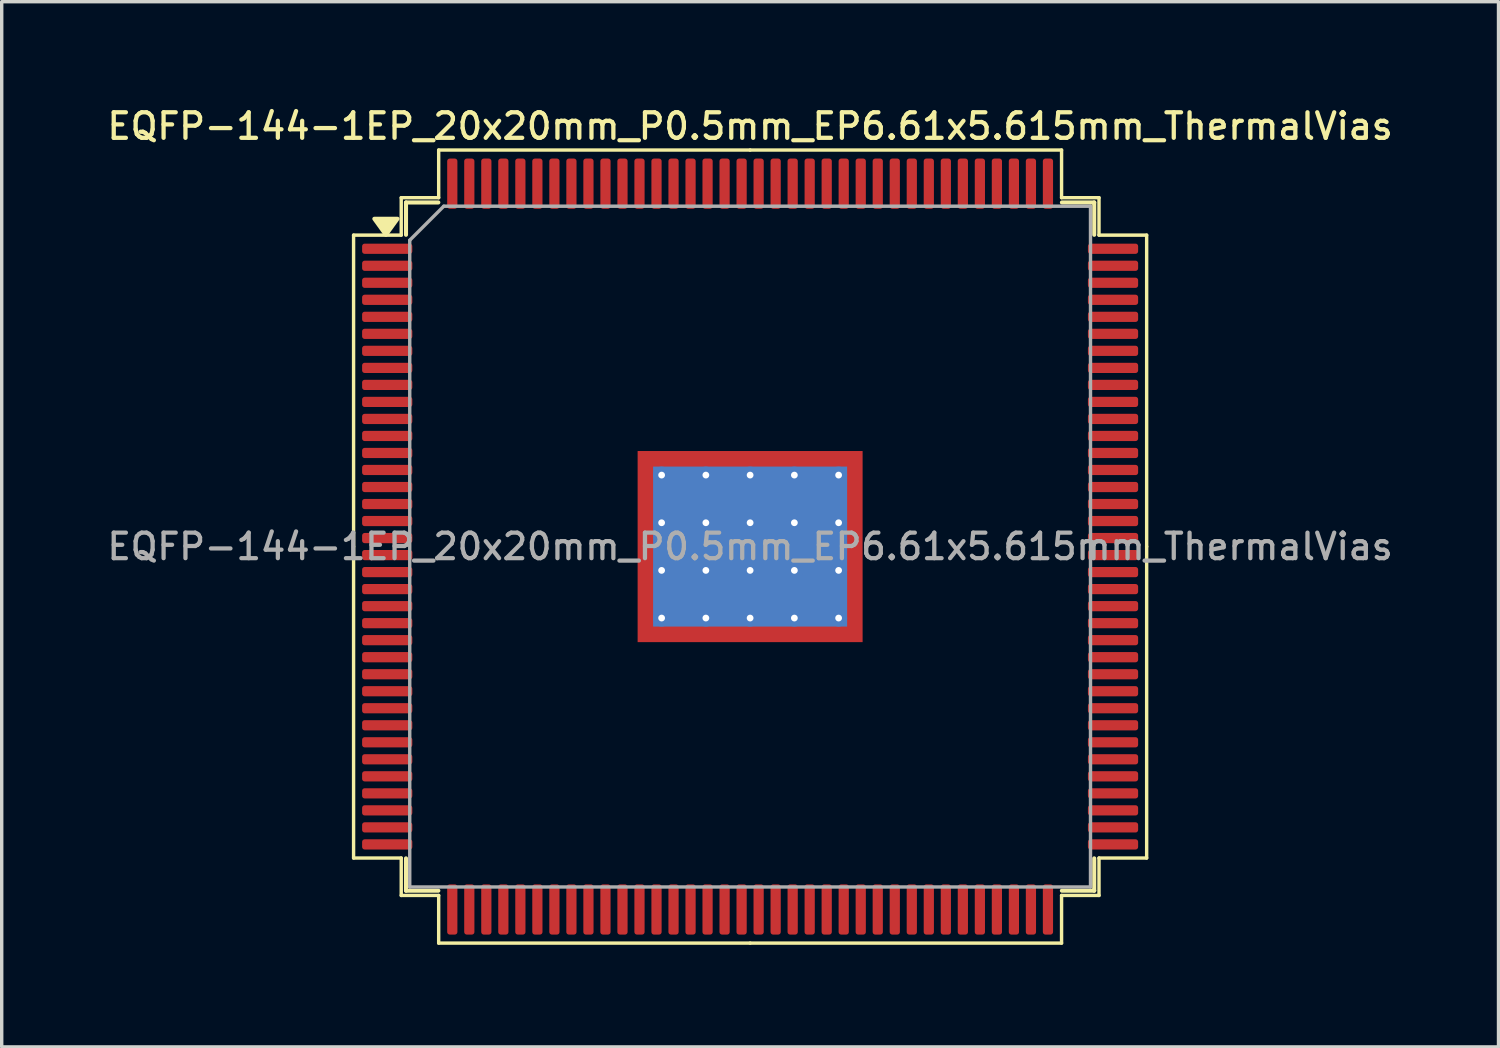
<source format=kicad_pcb>
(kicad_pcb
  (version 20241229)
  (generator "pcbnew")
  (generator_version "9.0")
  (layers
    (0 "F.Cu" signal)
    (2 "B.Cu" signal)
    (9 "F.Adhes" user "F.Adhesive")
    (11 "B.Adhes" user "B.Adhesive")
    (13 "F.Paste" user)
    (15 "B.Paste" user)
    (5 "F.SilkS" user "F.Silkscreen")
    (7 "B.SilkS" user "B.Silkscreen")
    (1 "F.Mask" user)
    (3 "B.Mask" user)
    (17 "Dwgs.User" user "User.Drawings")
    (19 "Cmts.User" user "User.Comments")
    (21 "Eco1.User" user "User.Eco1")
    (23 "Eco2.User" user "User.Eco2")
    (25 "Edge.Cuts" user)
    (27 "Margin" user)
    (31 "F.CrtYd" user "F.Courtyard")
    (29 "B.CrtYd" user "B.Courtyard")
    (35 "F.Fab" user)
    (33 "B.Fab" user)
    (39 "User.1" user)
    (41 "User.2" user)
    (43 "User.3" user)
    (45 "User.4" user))
  (footprint "EQFP-144-1EP_20x20mm_P0.5mm_EP6.61x5.615mm_ThermalVias"
    (layer "F.Cu")
    (at 18.988 13.008)
    (property "Reference" "EQFP-144-1EP_20x20mm_P0.5mm_EP6.61x5.615mm_ThermalVias" (at 0 -12.35 0) (layer "F.SilkS") (effects (font (size 0.75 0.75) (thickness 0.125))))
    (attr smd)
    (fp_line (start -11.65 -9.15) (end -11.65 0) (stroke (width 0.1) (type solid)) (layer "F.SilkS"))
    (fp_line (start -11.65 9.15) (end -11.65 0) (stroke (width 0.1) (type solid)) (layer "F.SilkS"))
    (fp_line (start -10.25 -10.25) (end -10.25 -9.15) (stroke (width 0.1) (type solid)) (layer "F.SilkS"))
    (fp_line (start -10.25 -9.15) (end -11.65 -9.15) (stroke (width 0.1) (type solid)) (layer "F.SilkS"))
    (fp_line (start -10.25 9.15) (end -11.65 9.15) (stroke (width 0.1) (type solid)) (layer "F.SilkS"))
    (fp_line (start -10.25 10.25) (end -10.25 9.15) (stroke (width 0.1) (type solid)) (layer "F.SilkS"))
    (fp_line (start -10.11 -10.11) (end -10.11 -9.16) (stroke (width 0.12) (type solid)) (layer "F.SilkS"))
    (fp_line (start -10.11 10.11) (end -10.11 9.16) (stroke (width 0.12) (type solid)) (layer "F.SilkS"))
    (fp_line (start -9.16 -10.11) (end -10.11 -10.11) (stroke (width 0.12) (type solid)) (layer "F.SilkS"))
    (fp_line (start -9.16 10.11) (end -10.11 10.11) (stroke (width 0.12) (type solid)) (layer "F.SilkS"))
    (fp_line (start -9.15 -11.65) (end -9.15 -10.25) (stroke (width 0.1) (type solid)) (layer "F.SilkS"))
    (fp_line (start -9.15 -10.25) (end -10.25 -10.25) (stroke (width 0.1) (type solid)) (layer "F.SilkS"))
    (fp_line (start -9.15 10.25) (end -10.25 10.25) (stroke (width 0.1) (type solid)) (layer "F.SilkS"))
    (fp_line (start -9.15 11.65) (end -9.15 10.25) (stroke (width 0.1) (type solid)) (layer "F.SilkS"))
    (fp_line (start 0 -11.65) (end -9.15 -11.65) (stroke (width 0.1) (type solid)) (layer "F.SilkS"))
    (fp_line (start 0 -11.65) (end 9.15 -11.65) (stroke (width 0.1) (type solid)) (layer "F.SilkS"))
    (fp_line (start 0 11.65) (end -9.15 11.65) (stroke (width 0.1) (type solid)) (layer "F.SilkS"))
    (fp_line (start 0 11.65) (end 9.15 11.65) (stroke (width 0.1) (type solid)) (layer "F.SilkS"))
    (fp_line (start 9.15 -11.65) (end 9.15 -10.25) (stroke (width 0.1) (type solid)) (layer "F.SilkS"))
    (fp_line (start 9.15 -10.25) (end 10.25 -10.25) (stroke (width 0.1) (type solid)) (layer "F.SilkS"))
    (fp_line (start 9.15 10.25) (end 10.25 10.25) (stroke (width 0.1) (type solid)) (layer "F.SilkS"))
    (fp_line (start 9.15 11.65) (end 9.15 10.25) (stroke (width 0.1) (type solid)) (layer "F.SilkS"))
    (fp_line (start 9.16 -10.11) (end 10.11 -10.11) (stroke (width 0.12) (type solid)) (layer "F.SilkS"))
    (fp_line (start 9.16 10.11) (end 10.11 10.11) (stroke (width 0.12) (type solid)) (layer "F.SilkS"))
    (fp_line (start 10.11 -10.11) (end 10.11 -9.16) (stroke (width 0.12) (type solid)) (layer "F.SilkS"))
    (fp_line (start 10.11 10.11) (end 10.11 9.16) (stroke (width 0.12) (type solid)) (layer "F.SilkS"))
    (fp_line (start 10.25 -10.25) (end 10.25 -9.15) (stroke (width 0.1) (type solid)) (layer "F.SilkS"))
    (fp_line (start 10.25 -9.15) (end 11.65 -9.15) (stroke (width 0.1) (type solid)) (layer "F.SilkS"))
    (fp_line (start 10.25 9.15) (end 11.65 9.15) (stroke (width 0.1) (type solid)) (layer "F.SilkS"))
    (fp_line (start 10.25 10.25) (end 10.25 9.15) (stroke (width 0.1) (type solid)) (layer "F.SilkS"))
    (fp_line (start 11.65 -9.15) (end 11.65 0) (stroke (width 0.1) (type solid)) (layer "F.SilkS"))
    (fp_line (start 11.65 9.15) (end 11.65 0) (stroke (width 0.1) (type solid)) (layer "F.SilkS"))
    (fp_poly (pts (xy -10.7 -9.16) (xy -11.04 -9.63) (xy -10.36 -9.63) (xy -10.7 -9.16)) (stroke (width 0.12) (type solid)) (fill yes) (layer "F.SilkS"))
    (fp_line (start -10 -9) (end -9 -10) (stroke (width 0.1) (type solid)) (layer "F.Fab"))
    (fp_line (start -10 10) (end -10 -9) (stroke (width 0.1) (type solid)) (layer "F.Fab"))
    (fp_line (start -9 -10) (end 10 -10) (stroke (width 0.1) (type solid)) (layer "F.Fab"))
    (fp_line (start 10 -10) (end 10 10) (stroke (width 0.1) (type solid)) (layer "F.Fab"))
    (fp_line (start 10 10) (end -10 10) (stroke (width 0.1) (type solid)) (layer "F.Fab"))
    (fp_text user "${REFERENCE}" (at 0 0 0) (layer "F.Fab") (effects (font (size 0.75 0.75) (thickness 0.125))))
    (pad "" smd custom (at -2.953 -2.454) (size 0.465 0.465) (layers "F.Paste") (options (anchor circle)) (primitives (gr_poly (pts (xy -0.181 -0.182) (xy 0.181 -0.182) (xy 0.181 0.096) (xy 0.095 0.182) (xy -0.181 0.182)) (width 0.206) (fill yes))))
    (pad "" smd roundrect (at -2.953 -1.4) (size 0.568 1.129) (layers "F.Paste") (roundrect_rratio 0.25))
    (pad "" smd roundrect (at -2.953 0) (size 0.568 1.129) (layers "F.Paste") (roundrect_rratio 0.25))
    (pad "" smd roundrect (at -2.953 1.4) (size 0.568 1.129) (layers "F.Paste") (roundrect_rratio 0.25))
    (pad "" smd custom (at -2.953 2.454) (size 0.465 0.465) (layers "F.Paste") (options (anchor circle)) (primitives (gr_poly (pts (xy -0.181 -0.182) (xy 0.095 -0.182) (xy 0.181 -0.096) (xy 0.181 0.182) (xy -0.181 0.182)) (width 0.206) (fill yes))))
    (pad "" smd custom (at -1.95 -2.454) (size 0.508 0.508) (layers "F.Paste") (options (anchor circle)) (primitives (gr_poly (pts (xy -0.462 -0.223) (xy 0.462 -0.223) (xy 0.462 0.171) (xy 0.41 0.223) (xy -0.41 0.223) (xy -0.462 0.171)) (width 0.125) (fill yes))))
    (pad "" smd roundrect (at -1.95 -1.4) (size 1.048 1.129) (layers "F.Paste") (roundrect_rratio 0.239))
    (pad "" smd roundrect (at -1.95 0) (size 1.048 1.129) (layers "F.Paste") (roundrect_rratio 0.239))
    (pad "" smd roundrect (at -1.95 1.4) (size 1.048 1.129) (layers "F.Paste") (roundrect_rratio 0.239))
    (pad "" smd custom (at -1.95 2.454) (size 0.508 0.508) (layers "F.Paste") (options (anchor circle)) (primitives (gr_poly (pts (xy -0.462 -0.171) (xy -0.41 -0.223) (xy 0.41 -0.223) (xy 0.462 -0.171) (xy 0.462 0.223) (xy -0.462 0.223)) (width 0.125) (fill yes))))
    (pad "" smd custom (at -0.65 -2.454) (size 0.508 0.508) (layers "F.Paste") (options (anchor circle)) (primitives (gr_poly (pts (xy -0.462 -0.223) (xy 0.462 -0.223) (xy 0.462 0.171) (xy 0.41 0.223) (xy -0.41 0.223) (xy -0.462 0.171)) (width 0.125) (fill yes))))
    (pad "" smd roundrect (at -0.65 -1.4) (size 1.048 1.129) (layers "F.Paste") (roundrect_rratio 0.239))
    (pad "" smd roundrect (at -0.65 0) (size 1.048 1.129) (layers "F.Paste") (roundrect_rratio 0.239))
    (pad "" smd roundrect (at -0.65 1.4) (size 1.048 1.129) (layers "F.Paste") (roundrect_rratio 0.239))
    (pad "" smd custom (at -0.65 2.454) (size 0.508 0.508) (layers "F.Paste") (options (anchor circle)) (primitives (gr_poly (pts (xy -0.462 -0.171) (xy -0.41 -0.223) (xy 0.41 -0.223) (xy 0.462 -0.171) (xy 0.462 0.223) (xy -0.462 0.223)) (width 0.125) (fill yes))))
    (pad "" smd custom (at 0.65 -2.454) (size 0.508 0.508) (layers "F.Paste") (options (anchor circle)) (primitives (gr_poly (pts (xy -0.462 -0.223) (xy 0.462 -0.223) (xy 0.462 0.171) (xy 0.41 0.223) (xy -0.41 0.223) (xy -0.462 0.171)) (width 0.125) (fill yes))))
    (pad "" smd roundrect (at 0.65 -1.4) (size 1.048 1.129) (layers "F.Paste") (roundrect_rratio 0.239))
    (pad "" smd roundrect (at 0.65 0) (size 1.048 1.129) (layers "F.Paste") (roundrect_rratio 0.239))
    (pad "" smd roundrect (at 0.65 1.4) (size 1.048 1.129) (layers "F.Paste") (roundrect_rratio 0.239))
    (pad "" smd custom (at 0.65 2.454) (size 0.508 0.508) (layers "F.Paste") (options (anchor circle)) (primitives (gr_poly (pts (xy -0.462 -0.171) (xy -0.41 -0.223) (xy 0.41 -0.223) (xy 0.462 -0.171) (xy 0.462 0.223) (xy -0.462 0.223)) (width 0.125) (fill yes))))
    (pad "" smd custom (at 1.95 -2.454) (size 0.508 0.508) (layers "F.Paste") (options (anchor circle)) (primitives (gr_poly (pts (xy -0.462 -0.223) (xy 0.462 -0.223) (xy 0.462 0.171) (xy 0.41 0.223) (xy -0.41 0.223) (xy -0.462 0.171)) (width 0.125) (fill yes))))
    (pad "" smd roundrect (at 1.95 -1.4) (size 1.048 1.129) (layers "F.Paste") (roundrect_rratio 0.239))
    (pad "" smd roundrect (at 1.95 0) (size 1.048 1.129) (layers "F.Paste") (roundrect_rratio 0.239))
    (pad "" smd roundrect (at 1.95 1.4) (size 1.048 1.129) (layers "F.Paste") (roundrect_rratio 0.239))
    (pad "" smd custom (at 1.95 2.454) (size 0.508 0.508) (layers "F.Paste") (options (anchor circle)) (primitives (gr_poly (pts (xy -0.462 -0.171) (xy -0.41 -0.223) (xy 0.41 -0.223) (xy 0.462 -0.171) (xy 0.462 0.223) (xy -0.462 0.223)) (width 0.125) (fill yes))))
    (pad "" smd custom (at 2.953 -2.454) (size 0.465 0.465) (layers "F.Paste") (options (anchor circle)) (primitives (gr_poly (pts (xy -0.181 -0.182) (xy 0.181 -0.182) (xy 0.181 0.182) (xy -0.095 0.182) (xy -0.181 0.096)) (width 0.206) (fill yes))))
    (pad "" smd roundrect (at 2.953 -1.4) (size 0.568 1.129) (layers "F.Paste") (roundrect_rratio 0.25))
    (pad "" smd roundrect (at 2.953 0) (size 0.568 1.129) (layers "F.Paste") (roundrect_rratio 0.25))
    (pad "" smd roundrect (at 2.953 1.4) (size 0.568 1.129) (layers "F.Paste") (roundrect_rratio 0.25))
    (pad "" smd custom (at 2.953 2.454) (size 0.465 0.465) (layers "F.Paste") (options (anchor circle)) (primitives (gr_poly (pts (xy -0.181 -0.096) (xy -0.095 -0.182) (xy 0.181 -0.182) (xy 0.181 0.182) (xy -0.181 0.182)) (width 0.206) (fill yes))))
    (pad "1" smd roundrect (at -10.662 -8.75) (size 1.475 0.3) (layers "F.Cu" "F.Mask" "F.Paste") (roundrect_rratio 0.25))
    (pad "2" smd roundrect (at -10.662 -8.25) (size 1.475 0.3) (layers "F.Cu" "F.Mask" "F.Paste") (roundrect_rratio 0.25))
    (pad "3" smd roundrect (at -10.662 -7.75) (size 1.475 0.3) (layers "F.Cu" "F.Mask" "F.Paste") (roundrect_rratio 0.25))
    (pad "4" smd roundrect (at -10.662 -7.25) (size 1.475 0.3) (layers "F.Cu" "F.Mask" "F.Paste") (roundrect_rratio 0.25))
    (pad "5" smd roundrect (at -10.662 -6.75) (size 1.475 0.3) (layers "F.Cu" "F.Mask" "F.Paste") (roundrect_rratio 0.25))
    (pad "6" smd roundrect (at -10.662 -6.25) (size 1.475 0.3) (layers "F.Cu" "F.Mask" "F.Paste") (roundrect_rratio 0.25))
    (pad "7" smd roundrect (at -10.662 -5.75) (size 1.475 0.3) (layers "F.Cu" "F.Mask" "F.Paste") (roundrect_rratio 0.25))
    (pad "8" smd roundrect (at -10.662 -5.25) (size 1.475 0.3) (layers "F.Cu" "F.Mask" "F.Paste") (roundrect_rratio 0.25))
    (pad "9" smd roundrect (at -10.662 -4.75) (size 1.475 0.3) (layers "F.Cu" "F.Mask" "F.Paste") (roundrect_rratio 0.25))
    (pad "10" smd roundrect (at -10.662 -4.25) (size 1.475 0.3) (layers "F.Cu" "F.Mask" "F.Paste") (roundrect_rratio 0.25))
    (pad "11" smd roundrect (at -10.662 -3.75) (size 1.475 0.3) (layers "F.Cu" "F.Mask" "F.Paste") (roundrect_rratio 0.25))
    (pad "12" smd roundrect (at -10.662 -3.25) (size 1.475 0.3) (layers "F.Cu" "F.Mask" "F.Paste") (roundrect_rratio 0.25))
    (pad "13" smd roundrect (at -10.662 -2.75) (size 1.475 0.3) (layers "F.Cu" "F.Mask" "F.Paste") (roundrect_rratio 0.25))
    (pad "14" smd roundrect (at -10.662 -2.25) (size 1.475 0.3) (layers "F.Cu" "F.Mask" "F.Paste") (roundrect_rratio 0.25))
    (pad "15" smd roundrect (at -10.662 -1.75) (size 1.475 0.3) (layers "F.Cu" "F.Mask" "F.Paste") (roundrect_rratio 0.25))
    (pad "16" smd roundrect (at -10.662 -1.25) (size 1.475 0.3) (layers "F.Cu" "F.Mask" "F.Paste") (roundrect_rratio 0.25))
    (pad "17" smd roundrect (at -10.662 -0.75) (size 1.475 0.3) (layers "F.Cu" "F.Mask" "F.Paste") (roundrect_rratio 0.25))
    (pad "18" smd roundrect (at -10.662 -0.25) (size 1.475 0.3) (layers "F.Cu" "F.Mask" "F.Paste") (roundrect_rratio 0.25))
    (pad "19" smd roundrect (at -10.662 0.25) (size 1.475 0.3) (layers "F.Cu" "F.Mask" "F.Paste") (roundrect_rratio 0.25))
    (pad "20" smd roundrect (at -10.662 0.75) (size 1.475 0.3) (layers "F.Cu" "F.Mask" "F.Paste") (roundrect_rratio 0.25))
    (pad "21" smd roundrect (at -10.662 1.25) (size 1.475 0.3) (layers "F.Cu" "F.Mask" "F.Paste") (roundrect_rratio 0.25))
    (pad "22" smd roundrect (at -10.662 1.75) (size 1.475 0.3) (layers "F.Cu" "F.Mask" "F.Paste") (roundrect_rratio 0.25))
    (pad "23" smd roundrect (at -10.662 2.25) (size 1.475 0.3) (layers "F.Cu" "F.Mask" "F.Paste") (roundrect_rratio 0.25))
    (pad "24" smd roundrect (at -10.662 2.75) (size 1.475 0.3) (layers "F.Cu" "F.Mask" "F.Paste") (roundrect_rratio 0.25))
    (pad "25" smd roundrect (at -10.662 3.25) (size 1.475 0.3) (layers "F.Cu" "F.Mask" "F.Paste") (roundrect_rratio 0.25))
    (pad "26" smd roundrect (at -10.662 3.75) (size 1.475 0.3) (layers "F.Cu" "F.Mask" "F.Paste") (roundrect_rratio 0.25))
    (pad "27" smd roundrect (at -10.662 4.25) (size 1.475 0.3) (layers "F.Cu" "F.Mask" "F.Paste") (roundrect_rratio 0.25))
    (pad "28" smd roundrect (at -10.662 4.75) (size 1.475 0.3) (layers "F.Cu" "F.Mask" "F.Paste") (roundrect_rratio 0.25))
    (pad "29" smd roundrect (at -10.662 5.25) (size 1.475 0.3) (layers "F.Cu" "F.Mask" "F.Paste") (roundrect_rratio 0.25))
    (pad "30" smd roundrect (at -10.662 5.75) (size 1.475 0.3) (layers "F.Cu" "F.Mask" "F.Paste") (roundrect_rratio 0.25))
    (pad "31" smd roundrect (at -10.662 6.25) (size 1.475 0.3) (layers "F.Cu" "F.Mask" "F.Paste") (roundrect_rratio 0.25))
    (pad "32" smd roundrect (at -10.662 6.75) (size 1.475 0.3) (layers "F.Cu" "F.Mask" "F.Paste") (roundrect_rratio 0.25))
    (pad "33" smd roundrect (at -10.662 7.25) (size 1.475 0.3) (layers "F.Cu" "F.Mask" "F.Paste") (roundrect_rratio 0.25))
    (pad "34" smd roundrect (at -10.662 7.75) (size 1.475 0.3) (layers "F.Cu" "F.Mask" "F.Paste") (roundrect_rratio 0.25))
    (pad "35" smd roundrect (at -10.662 8.25) (size 1.475 0.3) (layers "F.Cu" "F.Mask" "F.Paste") (roundrect_rratio 0.25))
    (pad "36" smd roundrect (at -10.662 8.75) (size 1.475 0.3) (layers "F.Cu" "F.Mask" "F.Paste") (roundrect_rratio 0.25))
    (pad "37" smd roundrect (at -8.75 10.662) (size 0.3 1.475) (layers "F.Cu" "F.Mask" "F.Paste") (roundrect_rratio 0.25))
    (pad "38" smd roundrect (at -8.25 10.662) (size 0.3 1.475) (layers "F.Cu" "F.Mask" "F.Paste") (roundrect_rratio 0.25))
    (pad "39" smd roundrect (at -7.75 10.662) (size 0.3 1.475) (layers "F.Cu" "F.Mask" "F.Paste") (roundrect_rratio 0.25))
    (pad "40" smd roundrect (at -7.25 10.662) (size 0.3 1.475) (layers "F.Cu" "F.Mask" "F.Paste") (roundrect_rratio 0.25))
    (pad "41" smd roundrect (at -6.75 10.662) (size 0.3 1.475) (layers "F.Cu" "F.Mask" "F.Paste") (roundrect_rratio 0.25))
    (pad "42" smd roundrect (at -6.25 10.662) (size 0.3 1.475) (layers "F.Cu" "F.Mask" "F.Paste") (roundrect_rratio 0.25))
    (pad "43" smd roundrect (at -5.75 10.662) (size 0.3 1.475) (layers "F.Cu" "F.Mask" "F.Paste") (roundrect_rratio 0.25))
    (pad "44" smd roundrect (at -5.25 10.662) (size 0.3 1.475) (layers "F.Cu" "F.Mask" "F.Paste") (roundrect_rratio 0.25))
    (pad "45" smd roundrect (at -4.75 10.662) (size 0.3 1.475) (layers "F.Cu" "F.Mask" "F.Paste") (roundrect_rratio 0.25))
    (pad "46" smd roundrect (at -4.25 10.662) (size 0.3 1.475) (layers "F.Cu" "F.Mask" "F.Paste") (roundrect_rratio 0.25))
    (pad "47" smd roundrect (at -3.75 10.662) (size 0.3 1.475) (layers "F.Cu" "F.Mask" "F.Paste") (roundrect_rratio 0.25))
    (pad "48" smd roundrect (at -3.25 10.662) (size 0.3 1.475) (layers "F.Cu" "F.Mask" "F.Paste") (roundrect_rratio 0.25))
    (pad "49" smd roundrect (at -2.75 10.662) (size 0.3 1.475) (layers "F.Cu" "F.Mask" "F.Paste") (roundrect_rratio 0.25))
    (pad "50" smd roundrect (at -2.25 10.662) (size 0.3 1.475) (layers "F.Cu" "F.Mask" "F.Paste") (roundrect_rratio 0.25))
    (pad "51" smd roundrect (at -1.75 10.662) (size 0.3 1.475) (layers "F.Cu" "F.Mask" "F.Paste") (roundrect_rratio 0.25))
    (pad "52" smd roundrect (at -1.25 10.662) (size 0.3 1.475) (layers "F.Cu" "F.Mask" "F.Paste") (roundrect_rratio 0.25))
    (pad "53" smd roundrect (at -0.75 10.662) (size 0.3 1.475) (layers "F.Cu" "F.Mask" "F.Paste") (roundrect_rratio 0.25))
    (pad "54" smd roundrect (at -0.25 10.662) (size 0.3 1.475) (layers "F.Cu" "F.Mask" "F.Paste") (roundrect_rratio 0.25))
    (pad "55" smd roundrect (at 0.25 10.662) (size 0.3 1.475) (layers "F.Cu" "F.Mask" "F.Paste") (roundrect_rratio 0.25))
    (pad "56" smd roundrect (at 0.75 10.662) (size 0.3 1.475) (layers "F.Cu" "F.Mask" "F.Paste") (roundrect_rratio 0.25))
    (pad "57" smd roundrect (at 1.25 10.662) (size 0.3 1.475) (layers "F.Cu" "F.Mask" "F.Paste") (roundrect_rratio 0.25))
    (pad "58" smd roundrect (at 1.75 10.662) (size 0.3 1.475) (layers "F.Cu" "F.Mask" "F.Paste") (roundrect_rratio 0.25))
    (pad "59" smd roundrect (at 2.25 10.662) (size 0.3 1.475) (layers "F.Cu" "F.Mask" "F.Paste") (roundrect_rratio 0.25))
    (pad "60" smd roundrect (at 2.75 10.662) (size 0.3 1.475) (layers "F.Cu" "F.Mask" "F.Paste") (roundrect_rratio 0.25))
    (pad "61" smd roundrect (at 3.25 10.662) (size 0.3 1.475) (layers "F.Cu" "F.Mask" "F.Paste") (roundrect_rratio 0.25))
    (pad "62" smd roundrect (at 3.75 10.662) (size 0.3 1.475) (layers "F.Cu" "F.Mask" "F.Paste") (roundrect_rratio 0.25))
    (pad "63" smd roundrect (at 4.25 10.662) (size 0.3 1.475) (layers "F.Cu" "F.Mask" "F.Paste") (roundrect_rratio 0.25))
    (pad "64" smd roundrect (at 4.75 10.662) (size 0.3 1.475) (layers "F.Cu" "F.Mask" "F.Paste") (roundrect_rratio 0.25))
    (pad "65" smd roundrect (at 5.25 10.662) (size 0.3 1.475) (layers "F.Cu" "F.Mask" "F.Paste") (roundrect_rratio 0.25))
    (pad "66" smd roundrect (at 5.75 10.662) (size 0.3 1.475) (layers "F.Cu" "F.Mask" "F.Paste") (roundrect_rratio 0.25))
    (pad "67" smd roundrect (at 6.25 10.662) (size 0.3 1.475) (layers "F.Cu" "F.Mask" "F.Paste") (roundrect_rratio 0.25))
    (pad "68" smd roundrect (at 6.75 10.662) (size 0.3 1.475) (layers "F.Cu" "F.Mask" "F.Paste") (roundrect_rratio 0.25))
    (pad "69" smd roundrect (at 7.25 10.662) (size 0.3 1.475) (layers "F.Cu" "F.Mask" "F.Paste") (roundrect_rratio 0.25))
    (pad "70" smd roundrect (at 7.75 10.662) (size 0.3 1.475) (layers "F.Cu" "F.Mask" "F.Paste") (roundrect_rratio 0.25))
    (pad "71" smd roundrect (at 8.25 10.662) (size 0.3 1.475) (layers "F.Cu" "F.Mask" "F.Paste") (roundrect_rratio 0.25))
    (pad "72" smd roundrect (at 8.75 10.662) (size 0.3 1.475) (layers "F.Cu" "F.Mask" "F.Paste") (roundrect_rratio 0.25))
    (pad "73" smd roundrect (at 10.662 8.75) (size 1.475 0.3) (layers "F.Cu" "F.Mask" "F.Paste") (roundrect_rratio 0.25))
    (pad "74" smd roundrect (at 10.662 8.25) (size 1.475 0.3) (layers "F.Cu" "F.Mask" "F.Paste") (roundrect_rratio 0.25))
    (pad "75" smd roundrect (at 10.662 7.75) (size 1.475 0.3) (layers "F.Cu" "F.Mask" "F.Paste") (roundrect_rratio 0.25))
    (pad "76" smd roundrect (at 10.662 7.25) (size 1.475 0.3) (layers "F.Cu" "F.Mask" "F.Paste") (roundrect_rratio 0.25))
    (pad "77" smd roundrect (at 10.662 6.75) (size 1.475 0.3) (layers "F.Cu" "F.Mask" "F.Paste") (roundrect_rratio 0.25))
    (pad "78" smd roundrect (at 10.662 6.25) (size 1.475 0.3) (layers "F.Cu" "F.Mask" "F.Paste") (roundrect_rratio 0.25))
    (pad "79" smd roundrect (at 10.662 5.75) (size 1.475 0.3) (layers "F.Cu" "F.Mask" "F.Paste") (roundrect_rratio 0.25))
    (pad "80" smd roundrect (at 10.662 5.25) (size 1.475 0.3) (layers "F.Cu" "F.Mask" "F.Paste") (roundrect_rratio 0.25))
    (pad "81" smd roundrect (at 10.662 4.75) (size 1.475 0.3) (layers "F.Cu" "F.Mask" "F.Paste") (roundrect_rratio 0.25))
    (pad "82" smd roundrect (at 10.662 4.25) (size 1.475 0.3) (layers "F.Cu" "F.Mask" "F.Paste") (roundrect_rratio 0.25))
    (pad "83" smd roundrect (at 10.662 3.75) (size 1.475 0.3) (layers "F.Cu" "F.Mask" "F.Paste") (roundrect_rratio 0.25))
    (pad "84" smd roundrect (at 10.662 3.25) (size 1.475 0.3) (layers "F.Cu" "F.Mask" "F.Paste") (roundrect_rratio 0.25))
    (pad "85" smd roundrect (at 10.662 2.75) (size 1.475 0.3) (layers "F.Cu" "F.Mask" "F.Paste") (roundrect_rratio 0.25))
    (pad "86" smd roundrect (at 10.662 2.25) (size 1.475 0.3) (layers "F.Cu" "F.Mask" "F.Paste") (roundrect_rratio 0.25))
    (pad "87" smd roundrect (at 10.662 1.75) (size 1.475 0.3) (layers "F.Cu" "F.Mask" "F.Paste") (roundrect_rratio 0.25))
    (pad "88" smd roundrect (at 10.662 1.25) (size 1.475 0.3) (layers "F.Cu" "F.Mask" "F.Paste") (roundrect_rratio 0.25))
    (pad "89" smd roundrect (at 10.662 0.75) (size 1.475 0.3) (layers "F.Cu" "F.Mask" "F.Paste") (roundrect_rratio 0.25))
    (pad "90" smd roundrect (at 10.662 0.25) (size 1.475 0.3) (layers "F.Cu" "F.Mask" "F.Paste") (roundrect_rratio 0.25))
    (pad "91" smd roundrect (at 10.662 -0.25) (size 1.475 0.3) (layers "F.Cu" "F.Mask" "F.Paste") (roundrect_rratio 0.25))
    (pad "92" smd roundrect (at 10.662 -0.75) (size 1.475 0.3) (layers "F.Cu" "F.Mask" "F.Paste") (roundrect_rratio 0.25))
    (pad "93" smd roundrect (at 10.662 -1.25) (size 1.475 0.3) (layers "F.Cu" "F.Mask" "F.Paste") (roundrect_rratio 0.25))
    (pad "94" smd roundrect (at 10.662 -1.75) (size 1.475 0.3) (layers "F.Cu" "F.Mask" "F.Paste") (roundrect_rratio 0.25))
    (pad "95" smd roundrect (at 10.662 -2.25) (size 1.475 0.3) (layers "F.Cu" "F.Mask" "F.Paste") (roundrect_rratio 0.25))
    (pad "96" smd roundrect (at 10.662 -2.75) (size 1.475 0.3) (layers "F.Cu" "F.Mask" "F.Paste") (roundrect_rratio 0.25))
    (pad "97" smd roundrect (at 10.662 -3.25) (size 1.475 0.3) (layers "F.Cu" "F.Mask" "F.Paste") (roundrect_rratio 0.25))
    (pad "98" smd roundrect (at 10.662 -3.75) (size 1.475 0.3) (layers "F.Cu" "F.Mask" "F.Paste") (roundrect_rratio 0.25))
    (pad "99" smd roundrect (at 10.662 -4.25) (size 1.475 0.3) (layers "F.Cu" "F.Mask" "F.Paste") (roundrect_rratio 0.25))
    (pad "100" smd roundrect (at 10.662 -4.75) (size 1.475 0.3) (layers "F.Cu" "F.Mask" "F.Paste") (roundrect_rratio 0.25))
    (pad "101" smd roundrect (at 10.662 -5.25) (size 1.475 0.3) (layers "F.Cu" "F.Mask" "F.Paste") (roundrect_rratio 0.25))
    (pad "102" smd roundrect (at 10.662 -5.75) (size 1.475 0.3) (layers "F.Cu" "F.Mask" "F.Paste") (roundrect_rratio 0.25))
    (pad "103" smd roundrect (at 10.662 -6.25) (size 1.475 0.3) (layers "F.Cu" "F.Mask" "F.Paste") (roundrect_rratio 0.25))
    (pad "104" smd roundrect (at 10.662 -6.75) (size 1.475 0.3) (layers "F.Cu" "F.Mask" "F.Paste") (roundrect_rratio 0.25))
    (pad "105" smd roundrect (at 10.662 -7.25) (size 1.475 0.3) (layers "F.Cu" "F.Mask" "F.Paste") (roundrect_rratio 0.25))
    (pad "106" smd roundrect (at 10.662 -7.75) (size 1.475 0.3) (layers "F.Cu" "F.Mask" "F.Paste") (roundrect_rratio 0.25))
    (pad "107" smd roundrect (at 10.662 -8.25) (size 1.475 0.3) (layers "F.Cu" "F.Mask" "F.Paste") (roundrect_rratio 0.25))
    (pad "108" smd roundrect (at 10.662 -8.75) (size 1.475 0.3) (layers "F.Cu" "F.Mask" "F.Paste") (roundrect_rratio 0.25))
    (pad "109" smd roundrect (at 8.75 -10.662) (size 0.3 1.475) (layers "F.Cu" "F.Mask" "F.Paste") (roundrect_rratio 0.25))
    (pad "110" smd roundrect (at 8.25 -10.662) (size 0.3 1.475) (layers "F.Cu" "F.Mask" "F.Paste") (roundrect_rratio 0.25))
    (pad "111" smd roundrect (at 7.75 -10.662) (size 0.3 1.475) (layers "F.Cu" "F.Mask" "F.Paste") (roundrect_rratio 0.25))
    (pad "112" smd roundrect (at 7.25 -10.662) (size 0.3 1.475) (layers "F.Cu" "F.Mask" "F.Paste") (roundrect_rratio 0.25))
    (pad "113" smd roundrect (at 6.75 -10.662) (size 0.3 1.475) (layers "F.Cu" "F.Mask" "F.Paste") (roundrect_rratio 0.25))
    (pad "114" smd roundrect (at 6.25 -10.662) (size 0.3 1.475) (layers "F.Cu" "F.Mask" "F.Paste") (roundrect_rratio 0.25))
    (pad "115" smd roundrect (at 5.75 -10.662) (size 0.3 1.475) (layers "F.Cu" "F.Mask" "F.Paste") (roundrect_rratio 0.25))
    (pad "116" smd roundrect (at 5.25 -10.662) (size 0.3 1.475) (layers "F.Cu" "F.Mask" "F.Paste") (roundrect_rratio 0.25))
    (pad "117" smd roundrect (at 4.75 -10.662) (size 0.3 1.475) (layers "F.Cu" "F.Mask" "F.Paste") (roundrect_rratio 0.25))
    (pad "118" smd roundrect (at 4.25 -10.662) (size 0.3 1.475) (layers "F.Cu" "F.Mask" "F.Paste") (roundrect_rratio 0.25))
    (pad "119" smd roundrect (at 3.75 -10.662) (size 0.3 1.475) (layers "F.Cu" "F.Mask" "F.Paste") (roundrect_rratio 0.25))
    (pad "120" smd roundrect (at 3.25 -10.662) (size 0.3 1.475) (layers "F.Cu" "F.Mask" "F.Paste") (roundrect_rratio 0.25))
    (pad "121" smd roundrect (at 2.75 -10.662) (size 0.3 1.475) (layers "F.Cu" "F.Mask" "F.Paste") (roundrect_rratio 0.25))
    (pad "122" smd roundrect (at 2.25 -10.662) (size 0.3 1.475) (layers "F.Cu" "F.Mask" "F.Paste") (roundrect_rratio 0.25))
    (pad "123" smd roundrect (at 1.75 -10.662) (size 0.3 1.475) (layers "F.Cu" "F.Mask" "F.Paste") (roundrect_rratio 0.25))
    (pad "124" smd roundrect (at 1.25 -10.662) (size 0.3 1.475) (layers "F.Cu" "F.Mask" "F.Paste") (roundrect_rratio 0.25))
    (pad "125" smd roundrect (at 0.75 -10.662) (size 0.3 1.475) (layers "F.Cu" "F.Mask" "F.Paste") (roundrect_rratio 0.25))
    (pad "126" smd roundrect (at 0.25 -10.662) (size 0.3 1.475) (layers "F.Cu" "F.Mask" "F.Paste") (roundrect_rratio 0.25))
    (pad "127" smd roundrect (at -0.25 -10.662) (size 0.3 1.475) (layers "F.Cu" "F.Mask" "F.Paste") (roundrect_rratio 0.25))
    (pad "128" smd roundrect (at -0.75 -10.662) (size 0.3 1.475) (layers "F.Cu" "F.Mask" "F.Paste") (roundrect_rratio 0.25))
    (pad "129" smd roundrect (at -1.25 -10.662) (size 0.3 1.475) (layers "F.Cu" "F.Mask" "F.Paste") (roundrect_rratio 0.25))
    (pad "130" smd roundrect (at -1.75 -10.662) (size 0.3 1.475) (layers "F.Cu" "F.Mask" "F.Paste") (roundrect_rratio 0.25))
    (pad "131" smd roundrect (at -2.25 -10.662) (size 0.3 1.475) (layers "F.Cu" "F.Mask" "F.Paste") (roundrect_rratio 0.25))
    (pad "132" smd roundrect (at -2.75 -10.662) (size 0.3 1.475) (layers "F.Cu" "F.Mask" "F.Paste") (roundrect_rratio 0.25))
    (pad "133" smd roundrect (at -3.25 -10.662) (size 0.3 1.475) (layers "F.Cu" "F.Mask" "F.Paste") (roundrect_rratio 0.25))
    (pad "134" smd roundrect (at -3.75 -10.662) (size 0.3 1.475) (layers "F.Cu" "F.Mask" "F.Paste") (roundrect_rratio 0.25))
    (pad "135" smd roundrect (at -4.25 -10.662) (size 0.3 1.475) (layers "F.Cu" "F.Mask" "F.Paste") (roundrect_rratio 0.25))
    (pad "136" smd roundrect (at -4.75 -10.662) (size 0.3 1.475) (layers "F.Cu" "F.Mask" "F.Paste") (roundrect_rratio 0.25))
    (pad "137" smd roundrect (at -5.25 -10.662) (size 0.3 1.475) (layers "F.Cu" "F.Mask" "F.Paste") (roundrect_rratio 0.25))
    (pad "138" smd roundrect (at -5.75 -10.662) (size 0.3 1.475) (layers "F.Cu" "F.Mask" "F.Paste") (roundrect_rratio 0.25))
    (pad "139" smd roundrect (at -6.25 -10.662) (size 0.3 1.475) (layers "F.Cu" "F.Mask" "F.Paste") (roundrect_rratio 0.25))
    (pad "140" smd roundrect (at -6.75 -10.662) (size 0.3 1.475) (layers "F.Cu" "F.Mask" "F.Paste") (roundrect_rratio 0.25))
    (pad "141" smd roundrect (at -7.25 -10.662) (size 0.3 1.475) (layers "F.Cu" "F.Mask" "F.Paste") (roundrect_rratio 0.25))
    (pad "142" smd roundrect (at -7.75 -10.662) (size 0.3 1.475) (layers "F.Cu" "F.Mask" "F.Paste") (roundrect_rratio 0.25))
    (pad "143" smd roundrect (at -8.25 -10.662) (size 0.3 1.475) (layers "F.Cu" "F.Mask" "F.Paste") (roundrect_rratio 0.25))
    (pad "144" smd roundrect (at -8.75 -10.662) (size 0.3 1.475) (layers "F.Cu" "F.Mask" "F.Paste") (roundrect_rratio 0.25))
    (pad "145" thru_hole circle (at -2.6 -2.1) (size 0.5 0.5) (drill 0.2) (property pad_prop_heatsink) (layers "*.Cu"))
    (pad "145" thru_hole circle (at -2.6 -0.7) (size 0.5 0.5) (drill 0.2) (property pad_prop_heatsink) (layers "*.Cu"))
    (pad "145" thru_hole circle (at -2.6 0.7) (size 0.5 0.5) (drill 0.2) (property pad_prop_heatsink) (layers "*.Cu"))
    (pad "145" thru_hole circle (at -2.6 2.1) (size 0.5 0.5) (drill 0.2) (property pad_prop_heatsink) (layers "*.Cu"))
    (pad "145" thru_hole circle (at -1.3 -2.1) (size 0.5 0.5) (drill 0.2) (property pad_prop_heatsink) (layers "*.Cu"))
    (pad "145" thru_hole circle (at -1.3 -0.7) (size 0.5 0.5) (drill 0.2) (property pad_prop_heatsink) (layers "*.Cu"))
    (pad "145" thru_hole circle (at -1.3 0.7) (size 0.5 0.5) (drill 0.2) (property pad_prop_heatsink) (layers "*.Cu"))
    (pad "145" thru_hole circle (at -1.3 2.1) (size 0.5 0.5) (drill 0.2) (property pad_prop_heatsink) (layers "*.Cu"))
    (pad "145" thru_hole circle (at 0 -2.1) (size 0.5 0.5) (drill 0.2) (property pad_prop_heatsink) (layers "*.Cu"))
    (pad "145" thru_hole circle (at 0 -0.7) (size 0.5 0.5) (drill 0.2) (property pad_prop_heatsink) (layers "*.Cu"))
    (pad "145" smd rect (at 0 0) (size 5.7 4.7) (property pad_prop_heatsink) (layers "B.Cu"))
    (pad "145" smd rect (at 0 0) (size 6.61 5.615) (property pad_prop_heatsink) (layers "F.Cu" "F.Mask"))
    (pad "145" thru_hole circle (at 0 0.7) (size 0.5 0.5) (drill 0.2) (property pad_prop_heatsink) (layers "*.Cu"))
    (pad "145" thru_hole circle (at 0 2.1) (size 0.5 0.5) (drill 0.2) (property pad_prop_heatsink) (layers "*.Cu"))
    (pad "145" thru_hole circle (at 1.3 -2.1) (size 0.5 0.5) (drill 0.2) (property pad_prop_heatsink) (layers "*.Cu"))
    (pad "145" thru_hole circle (at 1.3 -0.7) (size 0.5 0.5) (drill 0.2) (property pad_prop_heatsink) (layers "*.Cu"))
    (pad "145" thru_hole circle (at 1.3 0.7) (size 0.5 0.5) (drill 0.2) (property pad_prop_heatsink) (layers "*.Cu"))
    (pad "145" thru_hole circle (at 1.3 2.1) (size 0.5 0.5) (drill 0.2) (property pad_prop_heatsink) (layers "*.Cu"))
    (pad "145" thru_hole circle (at 2.6 -2.1) (size 0.5 0.5) (drill 0.2) (property pad_prop_heatsink) (layers "*.Cu"))
    (pad "145" thru_hole circle (at 2.6 -0.7) (size 0.5 0.5) (drill 0.2) (property pad_prop_heatsink) (layers "*.Cu"))
    (pad "145" thru_hole circle (at 2.6 0.7) (size 0.5 0.5) (drill 0.2) (property pad_prop_heatsink) (layers "*.Cu"))
    (pad "145" thru_hole circle (at 2.6 2.1) (size 0.5 0.5) (drill 0.2) (property pad_prop_heatsink) (layers "*.Cu")))
  (gr_rect
    (start -3 -3)
    (end 40.975 27.708)
    (stroke (width 0.1) (type default))
    (fill no)
    (layer "Edge.Cuts")))
</source>
